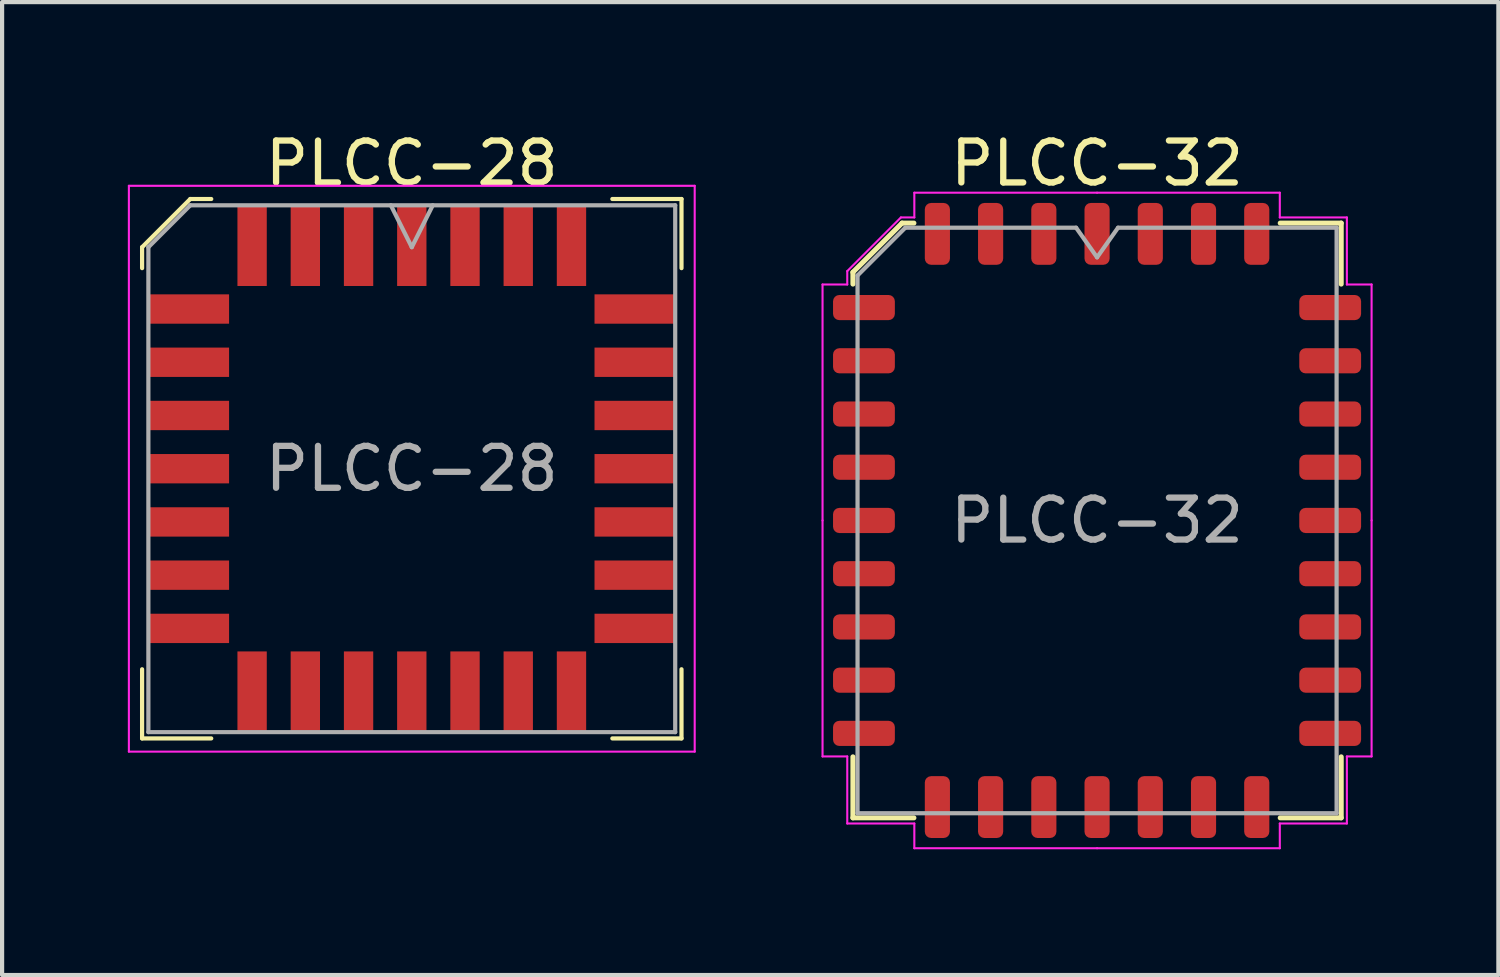
<source format=kicad_pcb>
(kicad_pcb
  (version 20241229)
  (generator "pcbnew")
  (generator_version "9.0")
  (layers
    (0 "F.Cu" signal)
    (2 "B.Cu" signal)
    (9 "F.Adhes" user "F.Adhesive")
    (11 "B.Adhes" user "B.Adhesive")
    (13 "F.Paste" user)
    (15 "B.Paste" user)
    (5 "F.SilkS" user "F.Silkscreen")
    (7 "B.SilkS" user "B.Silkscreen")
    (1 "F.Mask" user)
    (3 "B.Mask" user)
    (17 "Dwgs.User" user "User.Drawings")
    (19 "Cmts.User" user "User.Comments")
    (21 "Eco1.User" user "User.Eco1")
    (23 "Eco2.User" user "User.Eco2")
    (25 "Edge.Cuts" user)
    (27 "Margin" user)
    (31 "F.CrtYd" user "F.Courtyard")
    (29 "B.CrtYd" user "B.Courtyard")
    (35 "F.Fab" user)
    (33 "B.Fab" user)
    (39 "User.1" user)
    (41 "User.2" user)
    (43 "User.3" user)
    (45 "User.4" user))
  (footprint "PLCC-32"
    (layer "F.Cu")
    (at 23.125 9.368)
    (property "Reference" "PLCC-32" (at 0 -8.52 0) (layer "F.SilkS") (effects (font (size 1 1) (thickness 0.15))))
    (attr smd)
    (fp_line (start -5.825 -5.923) (end -5.825 -5.64) (stroke (width 0.12) (type solid)) (layer "F.SilkS"))
    (fp_line (start -5.825 7.095) (end -5.825 5.64) (stroke (width 0.12) (type solid)) (layer "F.SilkS"))
    (fp_line (start -4.653 -7.095) (end -5.825 -5.923) (stroke (width 0.12) (type solid)) (layer "F.SilkS"))
    (fp_line (start -4.37 -7.095) (end -4.653 -7.095) (stroke (width 0.12) (type solid)) (layer "F.SilkS"))
    (fp_line (start -4.37 7.095) (end -5.825 7.095) (stroke (width 0.12) (type solid)) (layer "F.SilkS"))
    (fp_line (start 4.37 -7.095) (end 5.825 -7.095) (stroke (width 0.12) (type solid)) (layer "F.SilkS"))
    (fp_line (start 4.37 7.095) (end 5.825 7.095) (stroke (width 0.12) (type solid)) (layer "F.SilkS"))
    (fp_line (start 5.825 -7.095) (end 5.825 -5.64) (stroke (width 0.12) (type solid)) (layer "F.SilkS"))
    (fp_line (start 5.825 7.095) (end 5.825 5.64) (stroke (width 0.12) (type solid)) (layer "F.SilkS"))
    (fp_line (start -6.55 -5.63) (end -6.55 0) (stroke (width 0.05) (type solid)) (layer "F.CrtYd"))
    (fp_line (start -6.55 5.63) (end -6.55 0) (stroke (width 0.05) (type solid)) (layer "F.CrtYd"))
    (fp_line (start -5.96 -5.95) (end -5.96 -5.63) (stroke (width 0.05) (type solid)) (layer "F.CrtYd"))
    (fp_line (start -5.96 -5.63) (end -6.55 -5.63) (stroke (width 0.05) (type solid)) (layer "F.CrtYd"))
    (fp_line (start -5.96 5.63) (end -6.55 5.63) (stroke (width 0.05) (type solid)) (layer "F.CrtYd"))
    (fp_line (start -5.96 7.23) (end -5.96 5.63) (stroke (width 0.05) (type solid)) (layer "F.CrtYd"))
    (fp_line (start -4.68 -7.23) (end -5.96 -5.95) (stroke (width 0.05) (type solid)) (layer "F.CrtYd"))
    (fp_line (start -4.36 -7.82) (end -4.36 -7.23) (stroke (width 0.05) (type solid)) (layer "F.CrtYd"))
    (fp_line (start -4.36 -7.23) (end -4.68 -7.23) (stroke (width 0.05) (type solid)) (layer "F.CrtYd"))
    (fp_line (start -4.36 7.23) (end -5.96 7.23) (stroke (width 0.05) (type solid)) (layer "F.CrtYd"))
    (fp_line (start -4.36 7.82) (end -4.36 7.23) (stroke (width 0.05) (type solid)) (layer "F.CrtYd"))
    (fp_line (start 0 -7.82) (end -4.36 -7.82) (stroke (width 0.05) (type solid)) (layer "F.CrtYd"))
    (fp_line (start 0 -7.82) (end 4.36 -7.82) (stroke (width 0.05) (type solid)) (layer "F.CrtYd"))
    (fp_line (start 0 7.82) (end -4.36 7.82) (stroke (width 0.05) (type solid)) (layer "F.CrtYd"))
    (fp_line (start 0 7.82) (end 4.36 7.82) (stroke (width 0.05) (type solid)) (layer "F.CrtYd"))
    (fp_line (start 4.36 -7.82) (end 4.36 -7.23) (stroke (width 0.05) (type solid)) (layer "F.CrtYd"))
    (fp_line (start 4.36 -7.23) (end 5.96 -7.23) (stroke (width 0.05) (type solid)) (layer "F.CrtYd"))
    (fp_line (start 4.36 7.23) (end 5.96 7.23) (stroke (width 0.05) (type solid)) (layer "F.CrtYd"))
    (fp_line (start 4.36 7.82) (end 4.36 7.23) (stroke (width 0.05) (type solid)) (layer "F.CrtYd"))
    (fp_line (start 5.96 -7.23) (end 5.96 -5.63) (stroke (width 0.05) (type solid)) (layer "F.CrtYd"))
    (fp_line (start 5.96 -5.63) (end 6.55 -5.63) (stroke (width 0.05) (type solid)) (layer "F.CrtYd"))
    (fp_line (start 5.96 5.63) (end 6.55 5.63) (stroke (width 0.05) (type solid)) (layer "F.CrtYd"))
    (fp_line (start 5.96 7.23) (end 5.96 5.63) (stroke (width 0.05) (type solid)) (layer "F.CrtYd"))
    (fp_line (start 6.55 -5.63) (end 6.55 0) (stroke (width 0.05) (type solid)) (layer "F.CrtYd"))
    (fp_line (start 6.55 5.63) (end 6.55 0) (stroke (width 0.05) (type solid)) (layer "F.CrtYd"))
    (fp_line (start -5.715 -5.845) (end -4.575 -6.985) (stroke (width 0.1) (type solid)) (layer "F.Fab"))
    (fp_line (start -5.715 6.985) (end -5.715 -5.845) (stroke (width 0.1) (type solid)) (layer "F.Fab"))
    (fp_line (start -4.575 -6.985) (end -0.5 -6.985) (stroke (width 0.1) (type solid)) (layer "F.Fab"))
    (fp_line (start -0.5 -6.985) (end 0 -6.278) (stroke (width 0.1) (type solid)) (layer "F.Fab"))
    (fp_line (start 0 -6.278) (end 0.5 -6.985) (stroke (width 0.1) (type solid)) (layer "F.Fab"))
    (fp_line (start 0.5 -6.985) (end 5.715 -6.985) (stroke (width 0.1) (type solid)) (layer "F.Fab"))
    (fp_line (start 5.715 -6.985) (end 5.715 6.985) (stroke (width 0.1) (type solid)) (layer "F.Fab"))
    (fp_line (start 5.715 6.985) (end -5.715 6.985) (stroke (width 0.1) (type solid)) (layer "F.Fab"))
    (fp_text user "${REFERENCE}" (at 0 0 0) (layer "F.Fab") (effects (font (size 1 1) (thickness 0.15))))
    (pad "1" smd roundrect (at 0 -6.838) (size 0.6 1.475) (layers "F.Cu" "F.Mask" "F.Paste") (roundrect_rratio 0.25))
    (pad "2" smd roundrect (at -1.27 -6.838) (size 0.6 1.475) (layers "F.Cu" "F.Mask" "F.Paste") (roundrect_rratio 0.25))
    (pad "3" smd roundrect (at -2.54 -6.838) (size 0.6 1.475) (layers "F.Cu" "F.Mask" "F.Paste") (roundrect_rratio 0.25))
    (pad "4" smd roundrect (at -3.81 -6.838) (size 0.6 1.475) (layers "F.Cu" "F.Mask" "F.Paste") (roundrect_rratio 0.25))
    (pad "5" smd roundrect (at -5.562 -5.08) (size 1.475 0.6) (layers "F.Cu" "F.Mask" "F.Paste") (roundrect_rratio 0.25))
    (pad "6" smd roundrect (at -5.562 -3.81) (size 1.475 0.6) (layers "F.Cu" "F.Mask" "F.Paste") (roundrect_rratio 0.25))
    (pad "7" smd roundrect (at -5.562 -2.54) (size 1.475 0.6) (layers "F.Cu" "F.Mask" "F.Paste") (roundrect_rratio 0.25))
    (pad "8" smd roundrect (at -5.562 -1.27) (size 1.475 0.6) (layers "F.Cu" "F.Mask" "F.Paste") (roundrect_rratio 0.25))
    (pad "9" smd roundrect (at -5.562 0) (size 1.475 0.6) (layers "F.Cu" "F.Mask" "F.Paste") (roundrect_rratio 0.25))
    (pad "10" smd roundrect (at -5.562 1.27) (size 1.475 0.6) (layers "F.Cu" "F.Mask" "F.Paste") (roundrect_rratio 0.25))
    (pad "11" smd roundrect (at -5.562 2.54) (size 1.475 0.6) (layers "F.Cu" "F.Mask" "F.Paste") (roundrect_rratio 0.25))
    (pad "12" smd roundrect (at -5.562 3.81) (size 1.475 0.6) (layers "F.Cu" "F.Mask" "F.Paste") (roundrect_rratio 0.25))
    (pad "13" smd roundrect (at -5.562 5.08) (size 1.475 0.6) (layers "F.Cu" "F.Mask" "F.Paste") (roundrect_rratio 0.25))
    (pad "14" smd roundrect (at -3.81 6.838) (size 0.6 1.475) (layers "F.Cu" "F.Mask" "F.Paste") (roundrect_rratio 0.25))
    (pad "15" smd roundrect (at -2.54 6.838) (size 0.6 1.475) (layers "F.Cu" "F.Mask" "F.Paste") (roundrect_rratio 0.25))
    (pad "16" smd roundrect (at -1.27 6.838) (size 0.6 1.475) (layers "F.Cu" "F.Mask" "F.Paste") (roundrect_rratio 0.25))
    (pad "17" smd roundrect (at 0 6.838) (size 0.6 1.475) (layers "F.Cu" "F.Mask" "F.Paste") (roundrect_rratio 0.25))
    (pad "18" smd roundrect (at 1.27 6.838) (size 0.6 1.475) (layers "F.Cu" "F.Mask" "F.Paste") (roundrect_rratio 0.25))
    (pad "19" smd roundrect (at 2.54 6.838) (size 0.6 1.475) (layers "F.Cu" "F.Mask" "F.Paste") (roundrect_rratio 0.25))
    (pad "20" smd roundrect (at 3.81 6.838) (size 0.6 1.475) (layers "F.Cu" "F.Mask" "F.Paste") (roundrect_rratio 0.25))
    (pad "21" smd roundrect (at 5.562 5.08) (size 1.475 0.6) (layers "F.Cu" "F.Mask" "F.Paste") (roundrect_rratio 0.25))
    (pad "22" smd roundrect (at 5.562 3.81) (size 1.475 0.6) (layers "F.Cu" "F.Mask" "F.Paste") (roundrect_rratio 0.25))
    (pad "23" smd roundrect (at 5.562 2.54) (size 1.475 0.6) (layers "F.Cu" "F.Mask" "F.Paste") (roundrect_rratio 0.25))
    (pad "24" smd roundrect (at 5.562 1.27) (size 1.475 0.6) (layers "F.Cu" "F.Mask" "F.Paste") (roundrect_rratio 0.25))
    (pad "25" smd roundrect (at 5.562 0) (size 1.475 0.6) (layers "F.Cu" "F.Mask" "F.Paste") (roundrect_rratio 0.25))
    (pad "26" smd roundrect (at 5.562 -1.27) (size 1.475 0.6) (layers "F.Cu" "F.Mask" "F.Paste") (roundrect_rratio 0.25))
    (pad "27" smd roundrect (at 5.562 -2.54) (size 1.475 0.6) (layers "F.Cu" "F.Mask" "F.Paste") (roundrect_rratio 0.25))
    (pad "28" smd roundrect (at 5.562 -3.81) (size 1.475 0.6) (layers "F.Cu" "F.Mask" "F.Paste") (roundrect_rratio 0.25))
    (pad "29" smd roundrect (at 5.562 -5.08) (size 1.475 0.6) (layers "F.Cu" "F.Mask" "F.Paste") (roundrect_rratio 0.25))
    (pad "30" smd roundrect (at 3.81 -6.838) (size 0.6 1.475) (layers "F.Cu" "F.Mask" "F.Paste") (roundrect_rratio 0.25))
    (pad "31" smd roundrect (at 2.54 -6.838) (size 0.6 1.475) (layers "F.Cu" "F.Mask" "F.Paste") (roundrect_rratio 0.25))
    (pad "32" smd roundrect (at 1.27 -6.838) (size 0.6 1.475) (layers "F.Cu" "F.Mask" "F.Paste") (roundrect_rratio 0.25)))
  (footprint "PLCC-28"
    (layer "F.Cu")
    (at 6.775 8.133)
    (property "Reference" "PLCC-28" (at 0 -7.285 0) (layer "F.SilkS") (effects (font (size 1 1) (thickness 0.15))))
    (attr smd)
    (fp_line (start -6.435 -5.285) (end -6.435 -4.785) (stroke (width 0.1) (type solid)) (layer "F.SilkS"))
    (fp_line (start -6.435 6.435) (end -6.435 4.785) (stroke (width 0.1) (type solid)) (layer "F.SilkS"))
    (fp_line (start -5.285 -6.435) (end -6.435 -5.285) (stroke (width 0.1) (type solid)) (layer "F.SilkS"))
    (fp_line (start -4.785 -6.435) (end -5.285 -6.435) (stroke (width 0.1) (type solid)) (layer "F.SilkS"))
    (fp_line (start -4.785 6.435) (end -6.435 6.435) (stroke (width 0.1) (type solid)) (layer "F.SilkS"))
    (fp_line (start 4.785 -6.435) (end 6.435 -6.435) (stroke (width 0.1) (type solid)) (layer "F.SilkS"))
    (fp_line (start 4.785 6.435) (end 6.435 6.435) (stroke (width 0.1) (type solid)) (layer "F.SilkS"))
    (fp_line (start 6.435 -6.435) (end 6.435 -4.785) (stroke (width 0.1) (type solid)) (layer "F.SilkS"))
    (fp_line (start 6.435 6.435) (end 6.435 4.785) (stroke (width 0.1) (type solid)) (layer "F.SilkS"))
    (fp_line (start -6.75 -6.75) (end -6.75 6.75) (stroke (width 0.05) (type solid)) (layer "F.CrtYd"))
    (fp_line (start -6.75 6.75) (end 6.75 6.75) (stroke (width 0.05) (type solid)) (layer "F.CrtYd"))
    (fp_line (start 6.75 -6.75) (end -6.75 -6.75) (stroke (width 0.05) (type solid)) (layer "F.CrtYd"))
    (fp_line (start 6.75 6.75) (end 6.75 -6.75) (stroke (width 0.05) (type solid)) (layer "F.CrtYd"))
    (fp_line (start -6.285 -5.285) (end -6.285 6.285) (stroke (width 0.1) (type solid)) (layer "F.Fab"))
    (fp_line (start -6.285 6.285) (end 6.285 6.285) (stroke (width 0.1) (type solid)) (layer "F.Fab"))
    (fp_line (start -5.285 -6.285) (end -6.285 -5.285) (stroke (width 0.1) (type solid)) (layer "F.Fab"))
    (fp_line (start -0.5 -6.285) (end 0 -5.285) (stroke (width 0.1) (type solid)) (layer "F.Fab"))
    (fp_line (start 0 -5.285) (end 0.5 -6.285) (stroke (width 0.1) (type solid)) (layer "F.Fab"))
    (fp_line (start 6.285 -6.285) (end -5.285 -6.285) (stroke (width 0.1) (type solid)) (layer "F.Fab"))
    (fp_line (start 6.285 6.285) (end 6.285 -6.285) (stroke (width 0.1) (type solid)) (layer "F.Fab"))
    (fp_text user "${REFERENCE}" (at 0 0 0) (layer "F.Fab") (effects (font (size 1 1) (thickness 0.15))))
    (pad "1" smd rect (at 0 -5.322) (size 0.7 1.925) (layers "F.Cu" "F.Mask" "F.Paste"))
    (pad "2" smd rect (at -1.27 -5.322) (size 0.7 1.925) (layers "F.Cu" "F.Mask" "F.Paste"))
    (pad "3" smd rect (at -2.54 -5.322) (size 0.7 1.925) (layers "F.Cu" "F.Mask" "F.Paste"))
    (pad "4" smd rect (at -3.81 -5.322) (size 0.7 1.925) (layers "F.Cu" "F.Mask" "F.Paste"))
    (pad "5" smd rect (at -5.322 -3.81) (size 1.925 0.7) (layers "F.Cu" "F.Mask" "F.Paste"))
    (pad "6" smd rect (at -5.322 -2.54) (size 1.925 0.7) (layers "F.Cu" "F.Mask" "F.Paste"))
    (pad "7" smd rect (at -5.322 -1.27) (size 1.925 0.7) (layers "F.Cu" "F.Mask" "F.Paste"))
    (pad "8" smd rect (at -5.322 0) (size 1.925 0.7) (layers "F.Cu" "F.Mask" "F.Paste"))
    (pad "9" smd rect (at -5.322 1.27) (size 1.925 0.7) (layers "F.Cu" "F.Mask" "F.Paste"))
    (pad "10" smd rect (at -5.322 2.54) (size 1.925 0.7) (layers "F.Cu" "F.Mask" "F.Paste"))
    (pad "11" smd rect (at -5.322 3.81) (size 1.925 0.7) (layers "F.Cu" "F.Mask" "F.Paste"))
    (pad "12" smd rect (at -3.81 5.322) (size 0.7 1.925) (layers "F.Cu" "F.Mask" "F.Paste"))
    (pad "13" smd rect (at -2.54 5.322) (size 0.7 1.925) (layers "F.Cu" "F.Mask" "F.Paste"))
    (pad "14" smd rect (at -1.27 5.322) (size 0.7 1.925) (layers "F.Cu" "F.Mask" "F.Paste"))
    (pad "15" smd rect (at 0 5.322) (size 0.7 1.925) (layers "F.Cu" "F.Mask" "F.Paste"))
    (pad "16" smd rect (at 1.27 5.322) (size 0.7 1.925) (layers "F.Cu" "F.Mask" "F.Paste"))
    (pad "17" smd rect (at 2.54 5.322) (size 0.7 1.925) (layers "F.Cu" "F.Mask" "F.Paste"))
    (pad "18" smd rect (at 3.81 5.322) (size 0.7 1.925) (layers "F.Cu" "F.Mask" "F.Paste"))
    (pad "19" smd rect (at 5.322 3.81) (size 1.925 0.7) (layers "F.Cu" "F.Mask" "F.Paste"))
    (pad "20" smd rect (at 5.322 2.54) (size 1.925 0.7) (layers "F.Cu" "F.Mask" "F.Paste"))
    (pad "21" smd rect (at 5.322 1.27) (size 1.925 0.7) (layers "F.Cu" "F.Mask" "F.Paste"))
    (pad "22" smd rect (at 5.322 0) (size 1.925 0.7) (layers "F.Cu" "F.Mask" "F.Paste"))
    (pad "23" smd rect (at 5.322 -1.27) (size 1.925 0.7) (layers "F.Cu" "F.Mask" "F.Paste"))
    (pad "24" smd rect (at 5.322 -2.54) (size 1.925 0.7) (layers "F.Cu" "F.Mask" "F.Paste"))
    (pad "25" smd rect (at 5.322 -3.81) (size 1.925 0.7) (layers "F.Cu" "F.Mask" "F.Paste"))
    (pad "26" smd rect (at 3.81 -5.322) (size 0.7 1.925) (layers "F.Cu" "F.Mask" "F.Paste"))
    (pad "27" smd rect (at 2.54 -5.322) (size 0.7 1.925) (layers "F.Cu" "F.Mask" "F.Paste"))
    (pad "28" smd rect (at 1.27 -5.322) (size 0.7 1.925) (layers "F.Cu" "F.Mask" "F.Paste")))
  (gr_rect
    (start -3 -3)
    (end 32.7 20.213)
    (stroke (width 0.1) (type default))
    (fill no)
    (layer "Edge.Cuts")))
</source>
